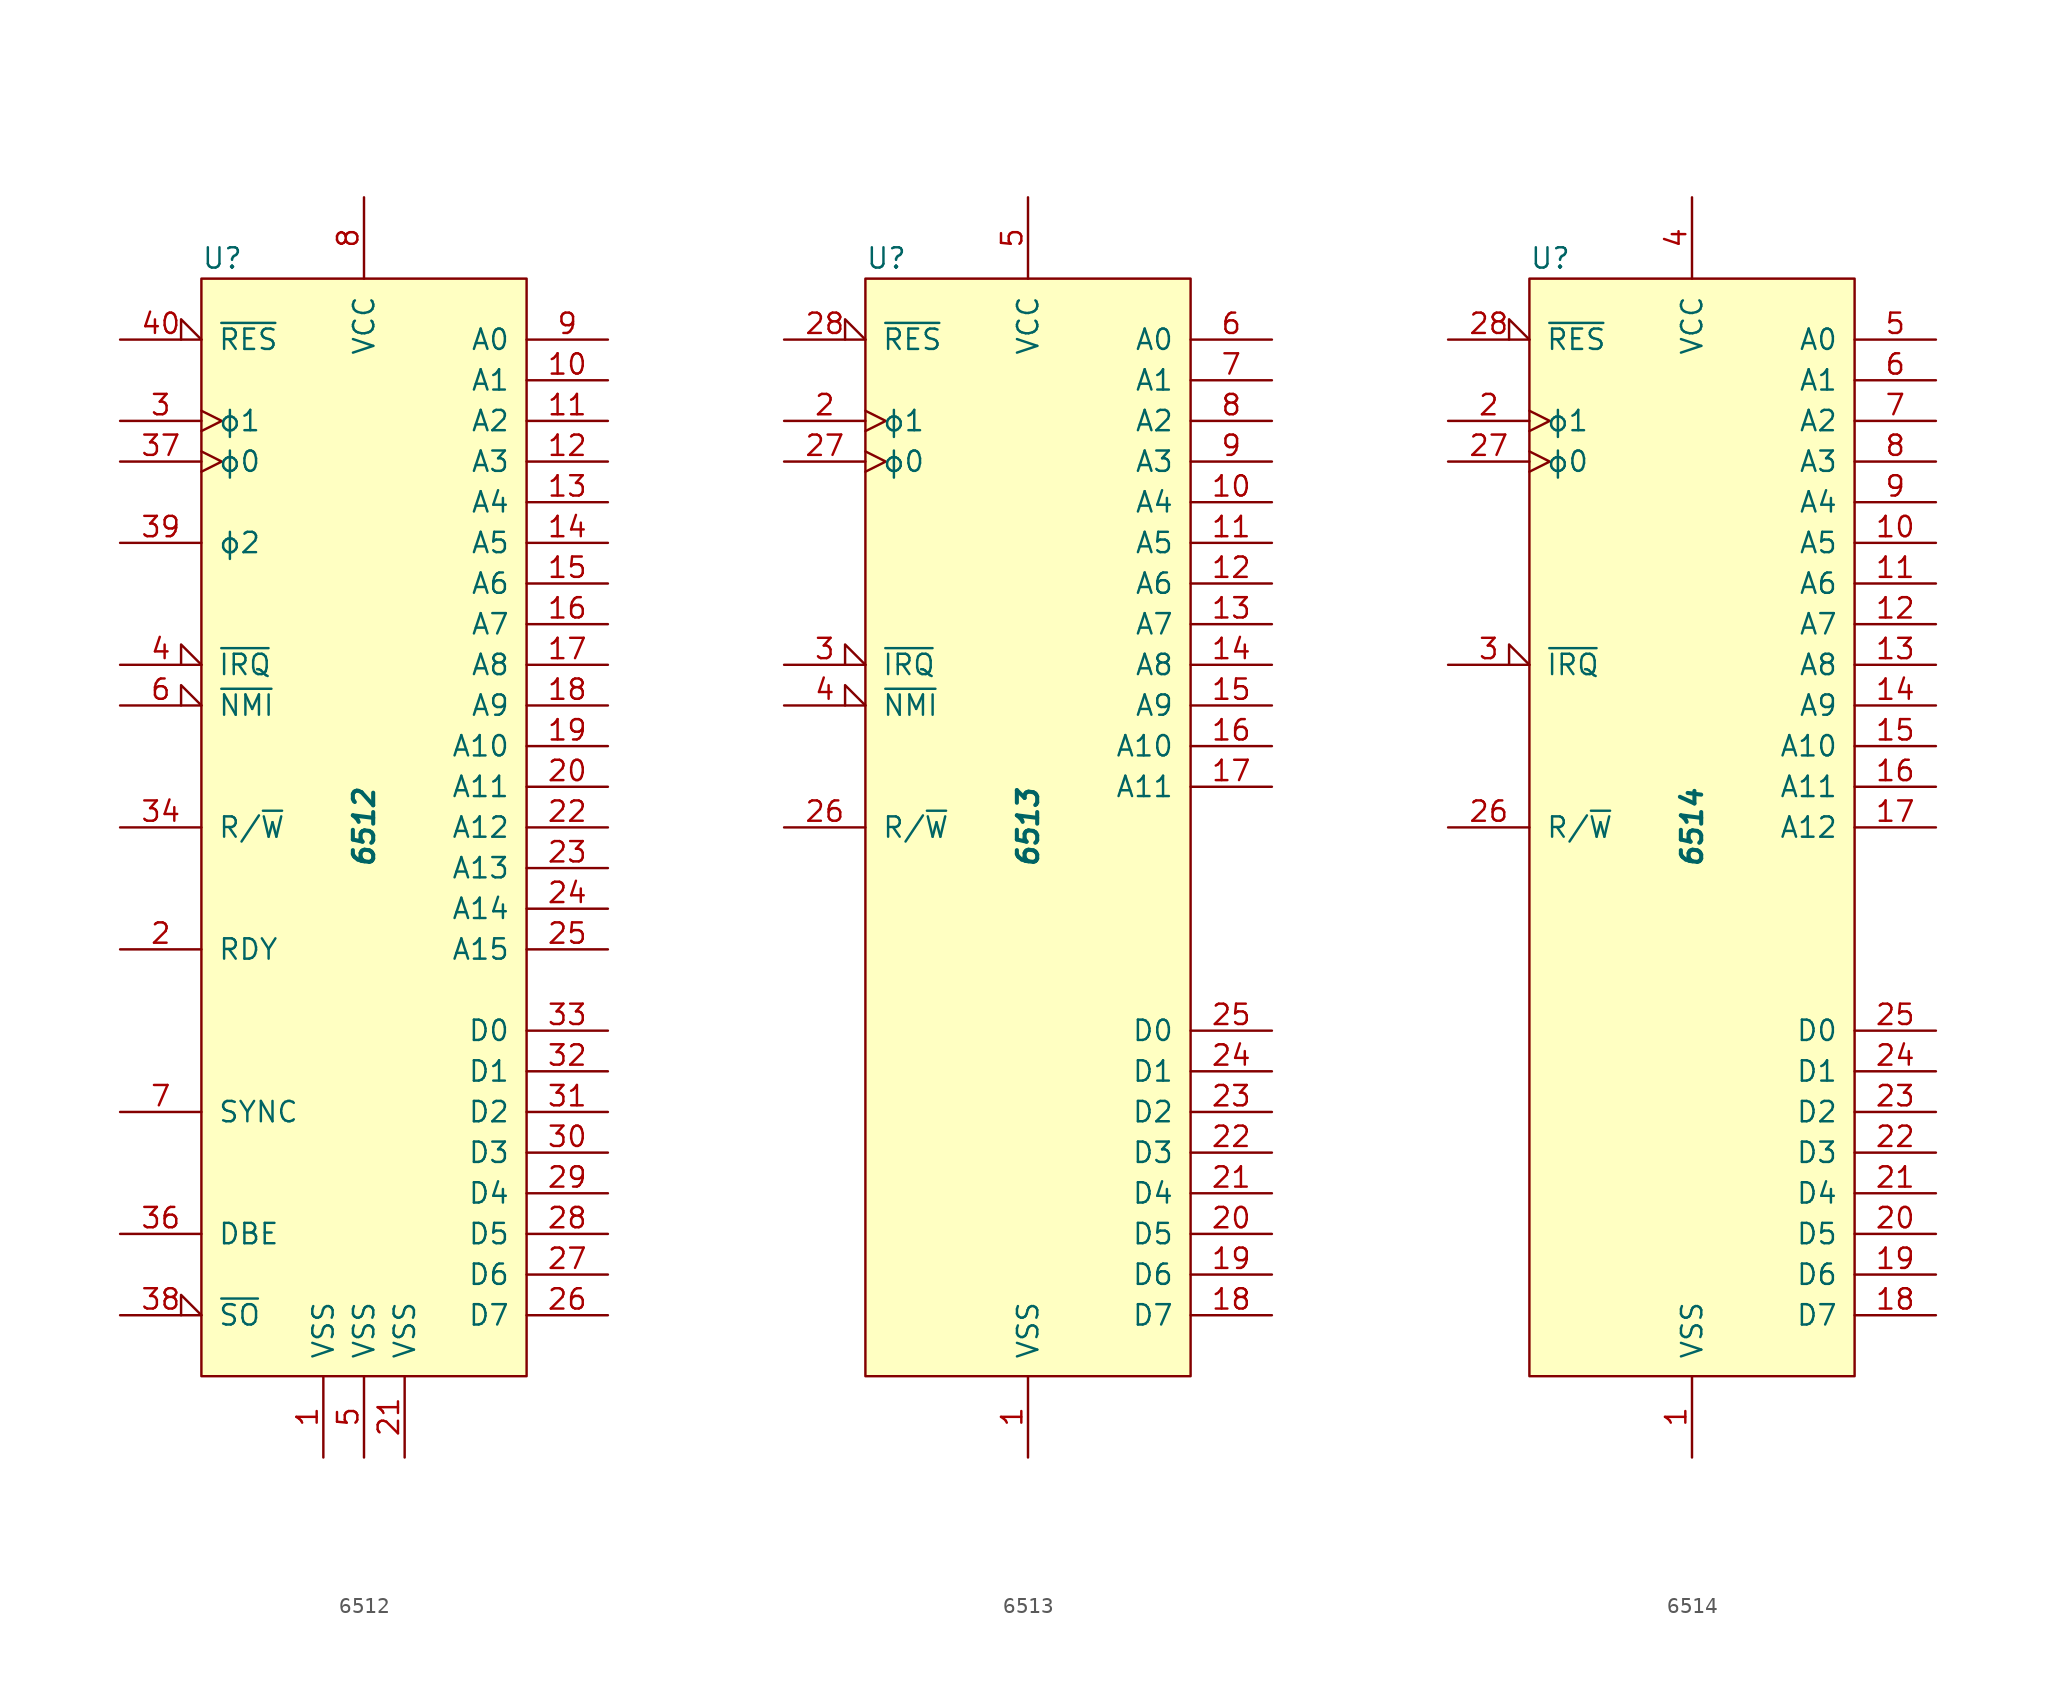
<source format=kicad_sym>
(kicad_symbol_lib
  (version 20201005)
  (generator kicad_symbol_editor)
  (symbol "6512"
    (pin_names
      (offset 1.016))
    (property "Reference" "U"
      (at -10.16 35.56 0)
      (effects (font (size 1.27 1.27)) (justify left)))
    (property "Value" "6512"
      (at 0 0 90)
      (effects (font (size 1.27 1.27) bold italic)))
    (symbol "6512_0_1"
      (rectangle (start -10.16 34.29) (end 10.16 -34.29) (stroke (width 0)) (fill (type background))))
    (symbol "6512_1_1"
      (pin power_in line (at -2.54 -39.37 90) (length 5.08) (name "VSS" (effects (font (size 1.27 1.27)))) (number "1" (effects (font (size 1.27 1.27)))))
      (pin output line (at 15.24 27.94 180) (length 5.08) (name "A1" (effects (font (size 1.27 1.27)))) (number "10" (effects (font (size 1.27 1.27)))))
      (pin output line (at 15.24 25.4 180) (length 5.08) (name "A2" (effects (font (size 1.27 1.27)))) (number "11" (effects (font (size 1.27 1.27)))))
      (pin output line (at 15.24 22.86 180) (length 5.08) (name "A3" (effects (font (size 1.27 1.27)))) (number "12" (effects (font (size 1.27 1.27)))))
      (pin output line (at 15.24 20.32 180) (length 5.08) (name "A4" (effects (font (size 1.27 1.27)))) (number "13" (effects (font (size 1.27 1.27)))))
      (pin output line (at 15.24 17.78 180) (length 5.08) (name "A5" (effects (font (size 1.27 1.27)))) (number "14" (effects (font (size 1.27 1.27)))))
      (pin output line (at 15.24 15.24 180) (length 5.08) (name "A6" (effects (font (size 1.27 1.27)))) (number "15" (effects (font (size 1.27 1.27)))))
      (pin output line (at 15.24 12.7 180) (length 5.08) (name "A7" (effects (font (size 1.27 1.27)))) (number "16" (effects (font (size 1.27 1.27)))))
      (pin output line (at 15.24 10.16 180) (length 5.08) (name "A8" (effects (font (size 1.27 1.27)))) (number "17" (effects (font (size 1.27 1.27)))))
      (pin output line (at 15.24 7.62 180) (length 5.08) (name "A9" (effects (font (size 1.27 1.27)))) (number "18" (effects (font (size 1.27 1.27)))))
      (pin output line (at 15.24 5.08 180) (length 5.08) (name "A10" (effects (font (size 1.27 1.27)))) (number "19" (effects (font (size 1.27 1.27)))))
      (pin input line (at -15.24 -7.62 0) (length 5.08) (name "RDY" (effects (font (size 1.27 1.27)))) (number "2" (effects (font (size 1.27 1.27)))))
      (pin output line (at 15.24 2.54 180) (length 5.08) (name "A11" (effects (font (size 1.27 1.27)))) (number "20" (effects (font (size 1.27 1.27)))))
      (pin power_in line (at 2.54 -39.37 90) (length 5.08) (name "VSS" (effects (font (size 1.27 1.27)))) (number "21" (effects (font (size 1.27 1.27)))))
      (pin output line (at 15.24 0 180) (length 5.08) (name "A12" (effects (font (size 1.27 1.27)))) (number "22" (effects (font (size 1.27 1.27)))))
      (pin output line (at 15.24 -2.54 180) (length 5.08) (name "A13" (effects (font (size 1.27 1.27)))) (number "23" (effects (font (size 1.27 1.27)))))
      (pin output line (at 15.24 -5.08 180) (length 5.08) (name "A14" (effects (font (size 1.27 1.27)))) (number "24" (effects (font (size 1.27 1.27)))))
      (pin output line (at 15.24 -7.62 180) (length 5.08) (name "A15" (effects (font (size 1.27 1.27)))) (number "25" (effects (font (size 1.27 1.27)))))
      (pin bidirectional line (at 15.24 -30.48 180) (length 5.08) (name "D7" (effects (font (size 1.27 1.27)))) (number "26" (effects (font (size 1.27 1.27)))))
      (pin bidirectional line (at 15.24 -27.94 180) (length 5.08) (name "D6" (effects (font (size 1.27 1.27)))) (number "27" (effects (font (size 1.27 1.27)))))
      (pin bidirectional line (at 15.24 -25.4 180) (length 5.08) (name "D5" (effects (font (size 1.27 1.27)))) (number "28" (effects (font (size 1.27 1.27)))))
      (pin bidirectional line (at 15.24 -22.86 180) (length 5.08) (name "D4" (effects (font (size 1.27 1.27)))) (number "29" (effects (font (size 1.27 1.27)))))
      (pin input clock (at -15.24 25.4 0) (length 5.08) (name "ϕ1" (effects (font (size 1.27 1.27)))) (number "3" (effects (font (size 1.27 1.27)))))
      (pin bidirectional line (at 15.24 -20.32 180) (length 5.08) (name "D3" (effects (font (size 1.27 1.27)))) (number "30" (effects (font (size 1.27 1.27)))))
      (pin bidirectional line (at 15.24 -17.78 180) (length 5.08) (name "D2" (effects (font (size 1.27 1.27)))) (number "31" (effects (font (size 1.27 1.27)))))
      (pin bidirectional line (at 15.24 -15.24 180) (length 5.08) (name "D1" (effects (font (size 1.27 1.27)))) (number "32" (effects (font (size 1.27 1.27)))))
      (pin bidirectional line (at 15.24 -12.7 180) (length 5.08) (name "D0" (effects (font (size 1.27 1.27)))) (number "33" (effects (font (size 1.27 1.27)))))
      (pin output line (at -15.24 0 0) (length 5.08) (name "R/~W" (effects (font (size 1.27 1.27)))) (number "34" (effects (font (size 1.27 1.27)))))
      (pin unconnected non_logic (at -10.16 -27.94 0) (length 2.54) hide (name "nc" (effects (font (size 1.27 1.27)))) (number "35" (effects (font (size 1.27 1.27)))))
      (pin input line (at -15.24 -25.4 0) (length 5.08) (name "DBE" (effects (font (size 1.27 1.27)))) (number "36" (effects (font (size 1.27 1.27)))))
      (pin input clock (at -15.24 22.86 0) (length 5.08) (name "ϕ0" (effects (font (size 1.27 1.27)))) (number "37" (effects (font (size 1.27 1.27)))))
      (pin input input_low (at -15.24 -30.48 0) (length 5.08) (name "~SO" (effects (font (size 1.27 1.27)))) (number "38" (effects (font (size 1.27 1.27)))))
      (pin output line (at -15.24 17.78 0) (length 5.08) (name "ϕ2" (effects (font (size 1.27 1.27)))) (number "39" (effects (font (size 1.27 1.27)))))
      (pin input input_low (at -15.24 10.16 0) (length 5.08) (name "~IRQ" (effects (font (size 1.27 1.27)))) (number "4" (effects (font (size 1.27 1.27)))))
      (pin input input_low (at -15.24 30.48 0) (length 5.08) (name "~RES" (effects (font (size 1.27 1.27)))) (number "40" (effects (font (size 1.27 1.27)))))
      (pin power_in line (at 0 -39.37 90) (length 5.08) (name "VSS" (effects (font (size 1.27 1.27)))) (number "5" (effects (font (size 1.27 1.27)))))
      (pin input input_low (at -15.24 7.62 0) (length 5.08) (name "~NMI" (effects (font (size 1.27 1.27)))) (number "6" (effects (font (size 1.27 1.27)))))
      (pin output line (at -15.24 -17.78 0) (length 5.08) (name "SYNC" (effects (font (size 1.27 1.27)))) (number "7" (effects (font (size 1.27 1.27)))))
      (pin power_in line (at 0 39.37 270) (length 5.08) (name "VCC" (effects (font (size 1.27 1.27)))) (number "8" (effects (font (size 1.27 1.27)))))
      (pin output line (at 15.24 30.48 180) (length 5.08) (name "A0" (effects (font (size 1.27 1.27)))) (number "9" (effects (font (size 1.27 1.27)))))))
  (symbol "6513"
    (pin_names
      (offset 1.016))
    (property "Reference" "U"
      (at -10.16 35.56 0)
      (effects (font (size 1.27 1.27)) (justify left)))
    (property "Value" "6513"
      (at 0 0 90)
      (effects (font (size 1.27 1.27) bold italic)))
    (symbol "6513_0_1"
      (rectangle (start -10.16 34.29) (end 10.16 -34.29) (stroke (width 0)) (fill (type background))))
    (symbol "6513_1_1"
      (pin power_in line (at 0 -39.37 90) (length 5.08) (name "VSS" (effects (font (size 1.27 1.27)))) (number "1" (effects (font (size 1.27 1.27)))))
      (pin output line (at 15.24 20.32 180) (length 5.08) (name "A4" (effects (font (size 1.27 1.27)))) (number "10" (effects (font (size 1.27 1.27)))))
      (pin output line (at 15.24 17.78 180) (length 5.08) (name "A5" (effects (font (size 1.27 1.27)))) (number "11" (effects (font (size 1.27 1.27)))))
      (pin output line (at 15.24 15.24 180) (length 5.08) (name "A6" (effects (font (size 1.27 1.27)))) (number "12" (effects (font (size 1.27 1.27)))))
      (pin output line (at 15.24 12.7 180) (length 5.08) (name "A7" (effects (font (size 1.27 1.27)))) (number "13" (effects (font (size 1.27 1.27)))))
      (pin output line (at 15.24 10.16 180) (length 5.08) (name "A8" (effects (font (size 1.27 1.27)))) (number "14" (effects (font (size 1.27 1.27)))))
      (pin output line (at 15.24 7.62 180) (length 5.08) (name "A9" (effects (font (size 1.27 1.27)))) (number "15" (effects (font (size 1.27 1.27)))))
      (pin output line (at 15.24 5.08 180) (length 5.08) (name "A10" (effects (font (size 1.27 1.27)))) (number "16" (effects (font (size 1.27 1.27)))))
      (pin output line (at 15.24 2.54 180) (length 5.08) (name "A11" (effects (font (size 1.27 1.27)))) (number "17" (effects (font (size 1.27 1.27)))))
      (pin bidirectional line (at 15.24 -30.48 180) (length 5.08) (name "D7" (effects (font (size 1.27 1.27)))) (number "18" (effects (font (size 1.27 1.27)))))
      (pin bidirectional line (at 15.24 -27.94 180) (length 5.08) (name "D6" (effects (font (size 1.27 1.27)))) (number "19" (effects (font (size 1.27 1.27)))))
      (pin input clock (at -15.24 25.4 0) (length 5.08) (name "ϕ1" (effects (font (size 1.27 1.27)))) (number "2" (effects (font (size 1.27 1.27)))))
      (pin bidirectional line (at 15.24 -25.4 180) (length 5.08) (name "D5" (effects (font (size 1.27 1.27)))) (number "20" (effects (font (size 1.27 1.27)))))
      (pin bidirectional line (at 15.24 -22.86 180) (length 5.08) (name "D4" (effects (font (size 1.27 1.27)))) (number "21" (effects (font (size 1.27 1.27)))))
      (pin bidirectional line (at 15.24 -20.32 180) (length 5.08) (name "D3" (effects (font (size 1.27 1.27)))) (number "22" (effects (font (size 1.27 1.27)))))
      (pin bidirectional line (at 15.24 -17.78 180) (length 5.08) (name "D2" (effects (font (size 1.27 1.27)))) (number "23" (effects (font (size 1.27 1.27)))))
      (pin bidirectional line (at 15.24 -15.24 180) (length 5.08) (name "D1" (effects (font (size 1.27 1.27)))) (number "24" (effects (font (size 1.27 1.27)))))
      (pin bidirectional line (at 15.24 -12.7 180) (length 5.08) (name "D0" (effects (font (size 1.27 1.27)))) (number "25" (effects (font (size 1.27 1.27)))))
      (pin output line (at -15.24 0 0) (length 5.08) (name "R/~W" (effects (font (size 1.27 1.27)))) (number "26" (effects (font (size 1.27 1.27)))))
      (pin input clock (at -15.24 22.86 0) (length 5.08) (name "ϕ0" (effects (font (size 1.27 1.27)))) (number "27" (effects (font (size 1.27 1.27)))))
      (pin input input_low (at -15.24 30.48 0) (length 5.08) (name "~RES" (effects (font (size 1.27 1.27)))) (number "28" (effects (font (size 1.27 1.27)))))
      (pin input input_low (at -15.24 10.16 0) (length 5.08) (name "~IRQ" (effects (font (size 1.27 1.27)))) (number "3" (effects (font (size 1.27 1.27)))))
      (pin input input_low (at -15.24 7.62 0) (length 5.08) (name "~NMI" (effects (font (size 1.27 1.27)))) (number "4" (effects (font (size 1.27 1.27)))))
      (pin power_in line (at 0 39.37 270) (length 5.08) (name "VCC" (effects (font (size 1.27 1.27)))) (number "5" (effects (font (size 1.27 1.27)))))
      (pin output line (at 15.24 30.48 180) (length 5.08) (name "A0" (effects (font (size 1.27 1.27)))) (number "6" (effects (font (size 1.27 1.27)))))
      (pin output line (at 15.24 27.94 180) (length 5.08) (name "A1" (effects (font (size 1.27 1.27)))) (number "7" (effects (font (size 1.27 1.27)))))
      (pin output line (at 15.24 25.4 180) (length 5.08) (name "A2" (effects (font (size 1.27 1.27)))) (number "8" (effects (font (size 1.27 1.27)))))
      (pin output line (at 15.24 22.86 180) (length 5.08) (name "A3" (effects (font (size 1.27 1.27)))) (number "9" (effects (font (size 1.27 1.27)))))))
  (symbol "6514"
    (pin_names
      (offset 1.016))
    (property "Reference" "U"
      (at -10.16 35.56 0)
      (effects (font (size 1.27 1.27)) (justify left)))
    (property "Value" "6514"
      (at 0 0 90)
      (effects (font (size 1.27 1.27) bold italic)))
    (symbol "6514_0_1"
      (rectangle (start -10.16 34.29) (end 10.16 -34.29) (stroke (width 0)) (fill (type background))))
    (symbol "6514_1_1"
      (pin power_in line (at 0 -39.37 90) (length 5.08) (name "VSS" (effects (font (size 1.27 1.27)))) (number "1" (effects (font (size 1.27 1.27)))))
      (pin output line (at 15.24 17.78 180) (length 5.08) (name "A5" (effects (font (size 1.27 1.27)))) (number "10" (effects (font (size 1.27 1.27)))))
      (pin output line (at 15.24 15.24 180) (length 5.08) (name "A6" (effects (font (size 1.27 1.27)))) (number "11" (effects (font (size 1.27 1.27)))))
      (pin output line (at 15.24 12.7 180) (length 5.08) (name "A7" (effects (font (size 1.27 1.27)))) (number "12" (effects (font (size 1.27 1.27)))))
      (pin output line (at 15.24 10.16 180) (length 5.08) (name "A8" (effects (font (size 1.27 1.27)))) (number "13" (effects (font (size 1.27 1.27)))))
      (pin output line (at 15.24 7.62 180) (length 5.08) (name "A9" (effects (font (size 1.27 1.27)))) (number "14" (effects (font (size 1.27 1.27)))))
      (pin output line (at 15.24 5.08 180) (length 5.08) (name "A10" (effects (font (size 1.27 1.27)))) (number "15" (effects (font (size 1.27 1.27)))))
      (pin output line (at 15.24 2.54 180) (length 5.08) (name "A11" (effects (font (size 1.27 1.27)))) (number "16" (effects (font (size 1.27 1.27)))))
      (pin output line (at 15.24 0 180) (length 5.08) (name "A12" (effects (font (size 1.27 1.27)))) (number "17" (effects (font (size 1.27 1.27)))))
      (pin bidirectional line (at 15.24 -30.48 180) (length 5.08) (name "D7" (effects (font (size 1.27 1.27)))) (number "18" (effects (font (size 1.27 1.27)))))
      (pin bidirectional line (at 15.24 -27.94 180) (length 5.08) (name "D6" (effects (font (size 1.27 1.27)))) (number "19" (effects (font (size 1.27 1.27)))))
      (pin input clock (at -15.24 25.4 0) (length 5.08) (name "ϕ1" (effects (font (size 1.27 1.27)))) (number "2" (effects (font (size 1.27 1.27)))))
      (pin bidirectional line (at 15.24 -25.4 180) (length 5.08) (name "D5" (effects (font (size 1.27 1.27)))) (number "20" (effects (font (size 1.27 1.27)))))
      (pin bidirectional line (at 15.24 -22.86 180) (length 5.08) (name "D4" (effects (font (size 1.27 1.27)))) (number "21" (effects (font (size 1.27 1.27)))))
      (pin bidirectional line (at 15.24 -20.32 180) (length 5.08) (name "D3" (effects (font (size 1.27 1.27)))) (number "22" (effects (font (size 1.27 1.27)))))
      (pin bidirectional line (at 15.24 -17.78 180) (length 5.08) (name "D2" (effects (font (size 1.27 1.27)))) (number "23" (effects (font (size 1.27 1.27)))))
      (pin bidirectional line (at 15.24 -15.24 180) (length 5.08) (name "D1" (effects (font (size 1.27 1.27)))) (number "24" (effects (font (size 1.27 1.27)))))
      (pin bidirectional line (at 15.24 -12.7 180) (length 5.08) (name "D0" (effects (font (size 1.27 1.27)))) (number "25" (effects (font (size 1.27 1.27)))))
      (pin output line (at -15.24 0 0) (length 5.08) (name "R/~W" (effects (font (size 1.27 1.27)))) (number "26" (effects (font (size 1.27 1.27)))))
      (pin input clock (at -15.24 22.86 0) (length 5.08) (name "ϕ0" (effects (font (size 1.27 1.27)))) (number "27" (effects (font (size 1.27 1.27)))))
      (pin input input_low (at -15.24 30.48 0) (length 5.08) (name "~RES" (effects (font (size 1.27 1.27)))) (number "28" (effects (font (size 1.27 1.27)))))
      (pin input input_low (at -15.24 10.16 0) (length 5.08) (name "~IRQ" (effects (font (size 1.27 1.27)))) (number "3" (effects (font (size 1.27 1.27)))))
      (pin power_in line (at 0 39.37 270) (length 5.08) (name "VCC" (effects (font (size 1.27 1.27)))) (number "4" (effects (font (size 1.27 1.27)))))
      (pin output line (at 15.24 30.48 180) (length 5.08) (name "A0" (effects (font (size 1.27 1.27)))) (number "5" (effects (font (size 1.27 1.27)))))
      (pin output line (at 15.24 27.94 180) (length 5.08) (name "A1" (effects (font (size 1.27 1.27)))) (number "6" (effects (font (size 1.27 1.27)))))
      (pin output line (at 15.24 25.4 180) (length 5.08) (name "A2" (effects (font (size 1.27 1.27)))) (number "7" (effects (font (size 1.27 1.27)))))
      (pin output line (at 15.24 22.86 180) (length 5.08) (name "A3" (effects (font (size 1.27 1.27)))) (number "8" (effects (font (size 1.27 1.27)))))
      (pin output line (at 15.24 20.32 180) (length 5.08) (name "A4" (effects (font (size 1.27 1.27)))) (number "9" (effects (font (size 1.27 1.27))))))))
</source>
